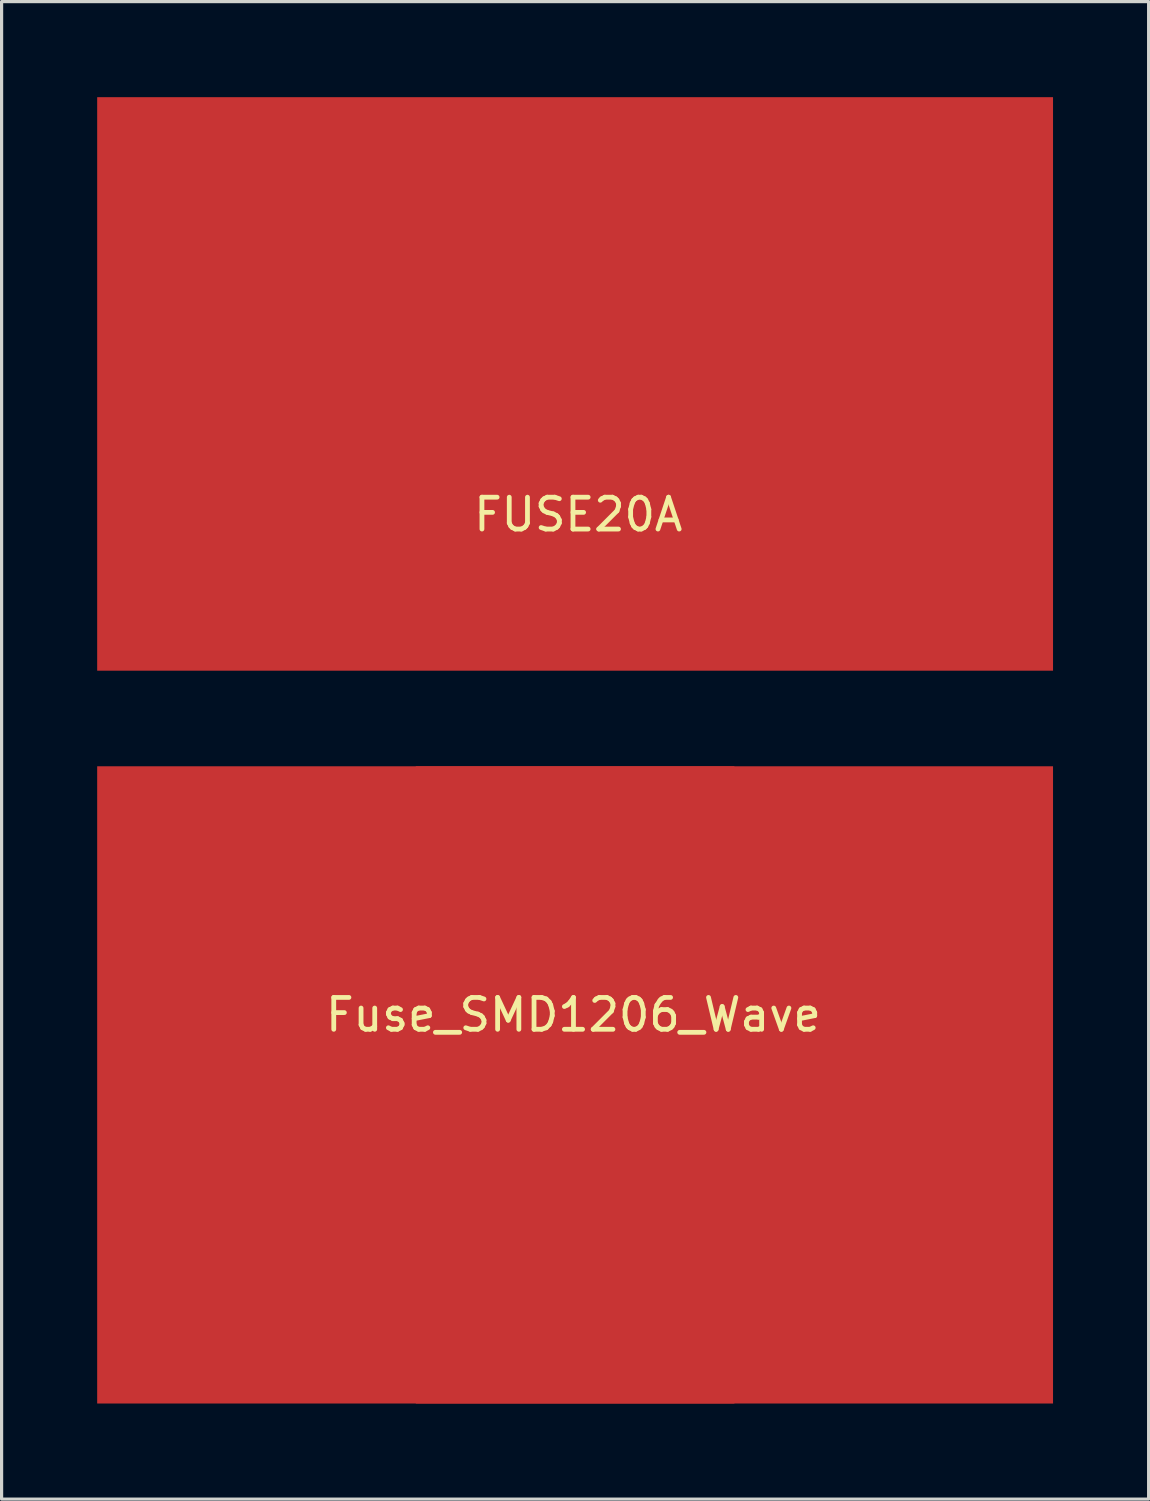
<source format=kicad_pcb>
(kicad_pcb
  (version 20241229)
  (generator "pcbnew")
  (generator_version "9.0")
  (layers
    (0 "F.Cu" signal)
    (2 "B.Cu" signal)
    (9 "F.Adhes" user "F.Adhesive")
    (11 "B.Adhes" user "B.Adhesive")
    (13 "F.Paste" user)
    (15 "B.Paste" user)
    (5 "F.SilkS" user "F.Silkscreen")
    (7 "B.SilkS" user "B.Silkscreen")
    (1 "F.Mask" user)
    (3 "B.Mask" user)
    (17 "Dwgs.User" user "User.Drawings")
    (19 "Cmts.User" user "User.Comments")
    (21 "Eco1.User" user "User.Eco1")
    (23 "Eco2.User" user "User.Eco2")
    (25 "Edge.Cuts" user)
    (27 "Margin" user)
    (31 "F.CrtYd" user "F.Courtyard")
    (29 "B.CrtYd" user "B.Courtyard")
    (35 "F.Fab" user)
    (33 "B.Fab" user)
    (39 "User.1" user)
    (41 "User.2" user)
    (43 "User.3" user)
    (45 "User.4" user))
  (footprint "Fuse_SMD1206_Wave"
    (layer "F.Cu")
    (at 15 31)
    (property "Reference" "Fuse_SMD1206_Wave" (at -0.051 -2.2 0) (layer "F.SilkS") (effects (font (size 1 1) (thickness 0.15))))
    (attr smd)
    (pad "1" smd rect (at -5 0) (size 20 20) (layers "F.Cu" "F.Mask" "F.Paste"))
    (pad "2" smd rect (at 5 0) (size 20 20) (layers "F.Cu" "F.Mask" "F.Paste")))
  (footprint "FUSE20A"
    (layer "F.Cu")
    (at 15 9)
    (property "Reference" "FUSE20A" (at 0.1 4.1 0) (layer "F.SilkS") (effects (font (size 1 1) (thickness 0.15))))
    (attr through_hole)
    (pad "1" smd rect (at 0 0) (size 30 18) (layers "F.Cu" "F.Mask" "F.Paste")))
  (gr_rect
    (start -3 -3)
    (end 33 44)
    (stroke (width 0.1) (type default))
    (fill no)
    (layer "Edge.Cuts")))
</source>
